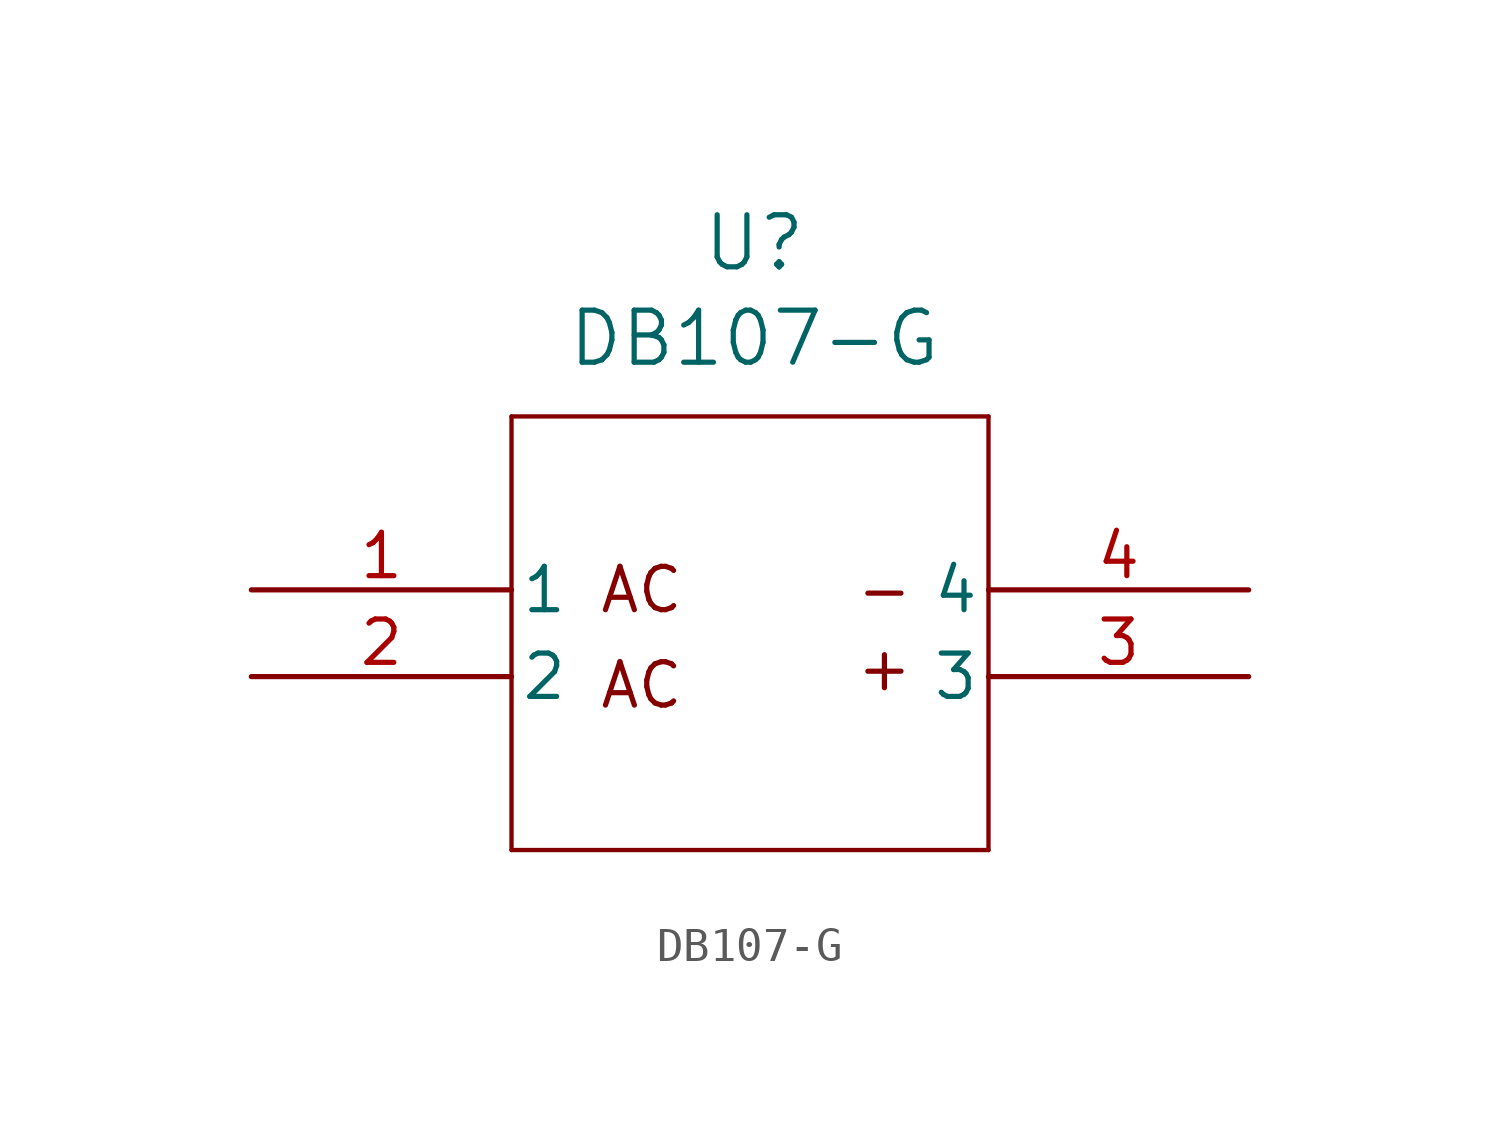
<source format=kicad_sym>
(kicad_symbol_lib
  (version 20241209)
  (generator "kicad_symbol_editor")
  (generator_version "9.0")
  (symbol "DB107-G"
    (pin_names
      (offset 0.254))
    (property "Reference" "U"
      (at 14.732 10.16 0)
      (effects (font (size 1.524 1.524))))
    (property "Value" "DB107-G"
      (at 14.732 7.366 0)
      (effects (font (size 1.524 1.524))))
    (property "ki_locked" ""
      (at 0 0 0)
      (effects (font (size 1.27 1.27))))
    (symbol "DB107-G_0_1"
      (polyline (pts (xy 7.62 5.08) (xy 7.62 -7.62)) (stroke (width 0.127) (type default)) (fill (type none)))
      (polyline (pts (xy 7.62 -7.62) (xy 21.59 -7.62)) (stroke (width 0.127) (type default)) (fill (type none)))
      (polyline (pts (xy 21.59 5.08) (xy 7.62 5.08)) (stroke (width 0.127) (type default)) (fill (type none)))
      (polyline (pts (xy 21.59 -7.62) (xy 21.59 5.08)) (stroke (width 0.127) (type default)) (fill (type none))))
    (symbol "DB107-G_1_1"
      (text "AC" (at 11.43 0 0) (effects (font (size 1.27 1.27))))
      (text "AC" (at 11.43 -2.794 0) (effects (font (size 1.27 1.27))))
      (text "-" (at 18.542 0 0) (effects (font (size 1.27 1.27))))
      (text "+" (at 18.542 -2.286 0) (effects (font (size 1.27 1.27))))
      (pin bidirectional line (at 0 0 0) (length 7.62) (name "1" (effects (font (size 1.27 1.27)))) (number "1" (effects (font (size 1.27 1.27)))))
      (pin bidirectional line (at 0 -2.54 0) (length 7.62) (name "2" (effects (font (size 1.27 1.27)))) (number "2" (effects (font (size 1.27 1.27)))))
      (pin bidirectional line (at 29.21 0 180) (length 7.62) (name "4" (effects (font (size 1.27 1.27)))) (number "4" (effects (font (size 1.27 1.27)))))
      (pin bidirectional line (at 29.21 -2.54 180) (length 7.62) (name "3" (effects (font (size 1.27 1.27)))) (number "3" (effects (font (size 1.27 1.27))))))))
</source>
